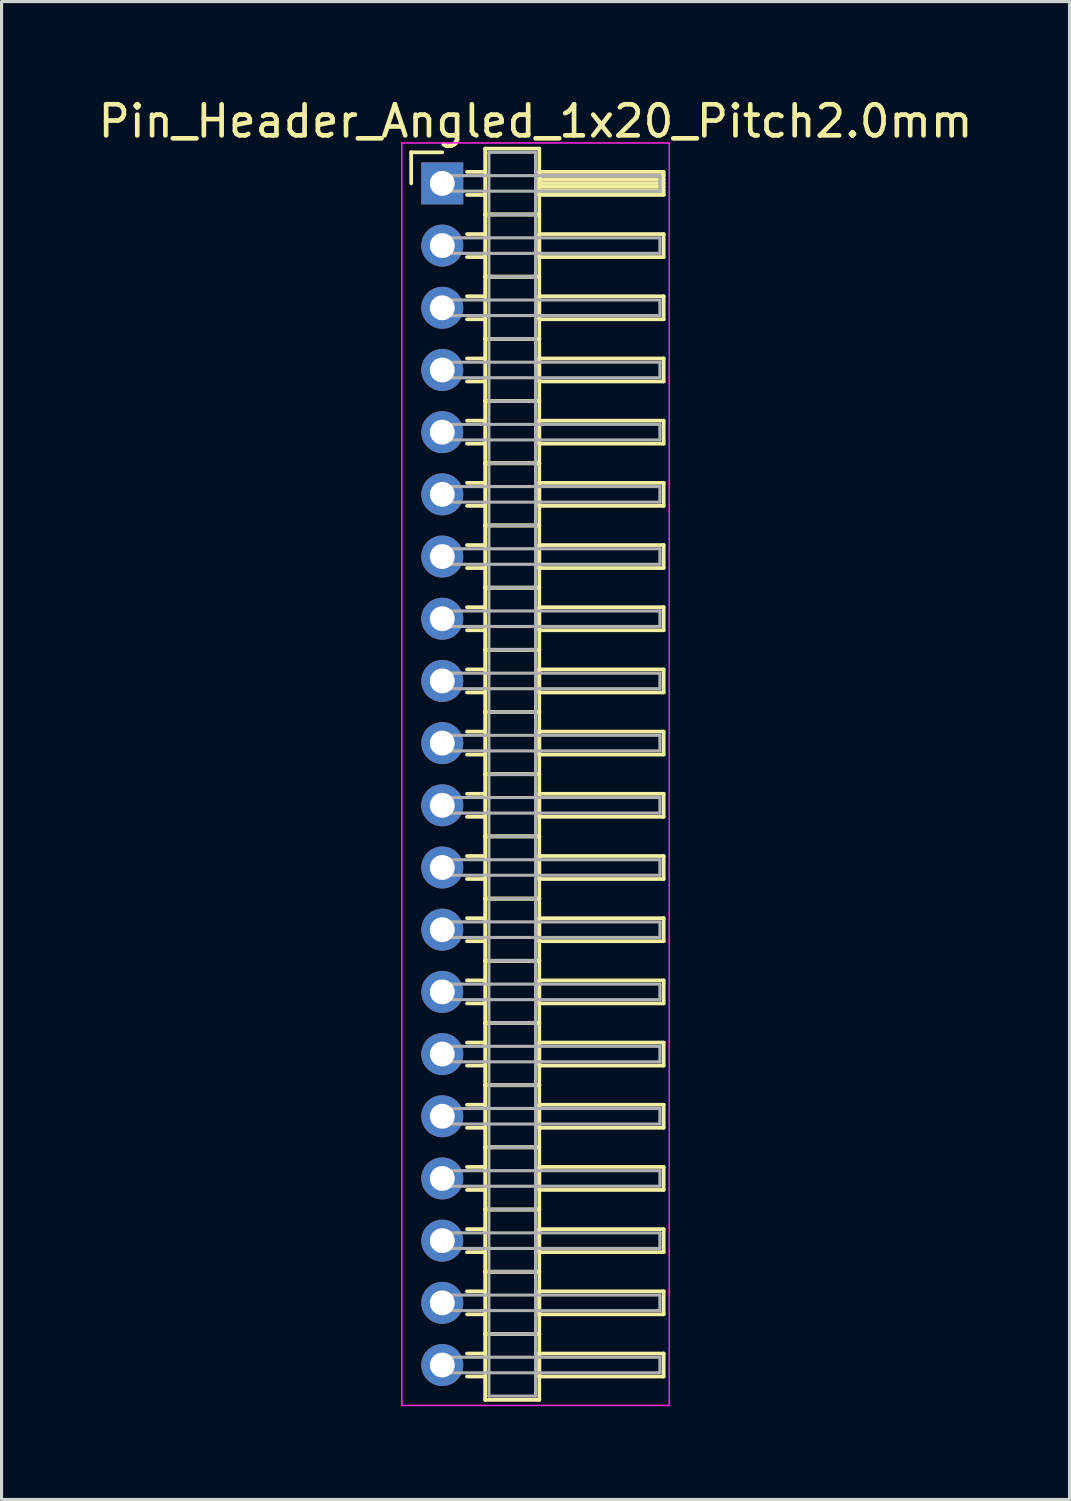
<source format=kicad_pcb>
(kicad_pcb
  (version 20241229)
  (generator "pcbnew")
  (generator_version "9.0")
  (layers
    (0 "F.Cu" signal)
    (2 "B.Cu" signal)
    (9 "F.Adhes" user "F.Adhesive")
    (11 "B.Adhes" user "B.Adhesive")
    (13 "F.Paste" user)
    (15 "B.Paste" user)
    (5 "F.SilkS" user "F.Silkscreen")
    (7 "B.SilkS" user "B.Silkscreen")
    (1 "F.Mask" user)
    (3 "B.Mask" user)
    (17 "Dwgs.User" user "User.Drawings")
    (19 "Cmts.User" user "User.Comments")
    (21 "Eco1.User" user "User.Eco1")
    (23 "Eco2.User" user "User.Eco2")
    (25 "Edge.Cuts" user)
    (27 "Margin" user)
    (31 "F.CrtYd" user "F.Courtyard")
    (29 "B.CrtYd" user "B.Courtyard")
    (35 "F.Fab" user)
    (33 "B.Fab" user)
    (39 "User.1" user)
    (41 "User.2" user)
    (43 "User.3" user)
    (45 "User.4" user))
  (footprint "Pin_Header_Angled_1x20_Pitch2.0mm"
    (layer "F.Cu")
    (at 11.173 2.848)
    (property "Reference" "Pin_Header_Angled_1x20_Pitch2.0mm" (at 3 -2 0) (layer "F.SilkS") (effects (font (size 1 1) (thickness 0.15))))
    (attr through_hole)
    (fp_line (start -1 -1) (end 0 -1) (stroke (width 0.12) (type solid)) (layer "F.SilkS"))
    (fp_line (start -1 0) (end -1 -1) (stroke (width 0.12) (type solid)) (layer "F.SilkS"))
    (fp_line (start 0.795 -0.37) (end 1.38 -0.37) (stroke (width 0.12) (type solid)) (layer "F.SilkS"))
    (fp_line (start 0.795 0.37) (end 1.38 0.37) (stroke (width 0.12) (type solid)) (layer "F.SilkS"))
    (fp_line (start 0.795 1.63) (end 1.38 1.63) (stroke (width 0.12) (type solid)) (layer "F.SilkS"))
    (fp_line (start 0.795 2.37) (end 1.38 2.37) (stroke (width 0.12) (type solid)) (layer "F.SilkS"))
    (fp_line (start 0.795 3.63) (end 1.38 3.63) (stroke (width 0.12) (type solid)) (layer "F.SilkS"))
    (fp_line (start 0.795 4.37) (end 1.38 4.37) (stroke (width 0.12) (type solid)) (layer "F.SilkS"))
    (fp_line (start 0.795 5.63) (end 1.38 5.63) (stroke (width 0.12) (type solid)) (layer "F.SilkS"))
    (fp_line (start 0.795 6.37) (end 1.38 6.37) (stroke (width 0.12) (type solid)) (layer "F.SilkS"))
    (fp_line (start 0.795 7.63) (end 1.38 7.63) (stroke (width 0.12) (type solid)) (layer "F.SilkS"))
    (fp_line (start 0.795 8.37) (end 1.38 8.37) (stroke (width 0.12) (type solid)) (layer "F.SilkS"))
    (fp_line (start 0.795 9.63) (end 1.38 9.63) (stroke (width 0.12) (type solid)) (layer "F.SilkS"))
    (fp_line (start 0.795 10.37) (end 1.38 10.37) (stroke (width 0.12) (type solid)) (layer "F.SilkS"))
    (fp_line (start 0.795 11.63) (end 1.38 11.63) (stroke (width 0.12) (type solid)) (layer "F.SilkS"))
    (fp_line (start 0.795 12.37) (end 1.38 12.37) (stroke (width 0.12) (type solid)) (layer "F.SilkS"))
    (fp_line (start 0.795 13.63) (end 1.38 13.63) (stroke (width 0.12) (type solid)) (layer "F.SilkS"))
    (fp_line (start 0.795 14.37) (end 1.38 14.37) (stroke (width 0.12) (type solid)) (layer "F.SilkS"))
    (fp_line (start 0.795 15.63) (end 1.38 15.63) (stroke (width 0.12) (type solid)) (layer "F.SilkS"))
    (fp_line (start 0.795 16.37) (end 1.38 16.37) (stroke (width 0.12) (type solid)) (layer "F.SilkS"))
    (fp_line (start 0.795 17.63) (end 1.38 17.63) (stroke (width 0.12) (type solid)) (layer "F.SilkS"))
    (fp_line (start 0.795 18.37) (end 1.38 18.37) (stroke (width 0.12) (type solid)) (layer "F.SilkS"))
    (fp_line (start 0.795 19.63) (end 1.38 19.63) (stroke (width 0.12) (type solid)) (layer "F.SilkS"))
    (fp_line (start 0.795 20.37) (end 1.38 20.37) (stroke (width 0.12) (type solid)) (layer "F.SilkS"))
    (fp_line (start 0.795 21.63) (end 1.38 21.63) (stroke (width 0.12) (type solid)) (layer "F.SilkS"))
    (fp_line (start 0.795 22.37) (end 1.38 22.37) (stroke (width 0.12) (type solid)) (layer "F.SilkS"))
    (fp_line (start 0.795 23.63) (end 1.38 23.63) (stroke (width 0.12) (type solid)) (layer "F.SilkS"))
    (fp_line (start 0.795 24.37) (end 1.38 24.37) (stroke (width 0.12) (type solid)) (layer "F.SilkS"))
    (fp_line (start 0.795 25.63) (end 1.38 25.63) (stroke (width 0.12) (type solid)) (layer "F.SilkS"))
    (fp_line (start 0.795 26.37) (end 1.38 26.37) (stroke (width 0.12) (type solid)) (layer "F.SilkS"))
    (fp_line (start 0.795 27.63) (end 1.38 27.63) (stroke (width 0.12) (type solid)) (layer "F.SilkS"))
    (fp_line (start 0.795 28.37) (end 1.38 28.37) (stroke (width 0.12) (type solid)) (layer "F.SilkS"))
    (fp_line (start 0.795 29.63) (end 1.38 29.63) (stroke (width 0.12) (type solid)) (layer "F.SilkS"))
    (fp_line (start 0.795 30.37) (end 1.38 30.37) (stroke (width 0.12) (type solid)) (layer "F.SilkS"))
    (fp_line (start 0.795 31.63) (end 1.38 31.63) (stroke (width 0.12) (type solid)) (layer "F.SilkS"))
    (fp_line (start 0.795 32.37) (end 1.38 32.37) (stroke (width 0.12) (type solid)) (layer "F.SilkS"))
    (fp_line (start 0.795 33.63) (end 1.38 33.63) (stroke (width 0.12) (type solid)) (layer "F.SilkS"))
    (fp_line (start 0.795 34.37) (end 1.38 34.37) (stroke (width 0.12) (type solid)) (layer "F.SilkS"))
    (fp_line (start 0.795 35.63) (end 1.38 35.63) (stroke (width 0.12) (type solid)) (layer "F.SilkS"))
    (fp_line (start 0.795 36.37) (end 1.38 36.37) (stroke (width 0.12) (type solid)) (layer "F.SilkS"))
    (fp_line (start 0.795 37.63) (end 1.38 37.63) (stroke (width 0.12) (type solid)) (layer "F.SilkS"))
    (fp_line (start 0.795 38.37) (end 1.38 38.37) (stroke (width 0.12) (type solid)) (layer "F.SilkS"))
    (fp_line (start 1.38 -1.12) (end 1.38 1) (stroke (width 0.12) (type solid)) (layer "F.SilkS"))
    (fp_line (start 1.38 1) (end 1.38 3) (stroke (width 0.12) (type solid)) (layer "F.SilkS"))
    (fp_line (start 1.38 1) (end 3.12 1) (stroke (width 0.12) (type solid)) (layer "F.SilkS"))
    (fp_line (start 1.38 3) (end 1.38 5) (stroke (width 0.12) (type solid)) (layer "F.SilkS"))
    (fp_line (start 1.38 3) (end 3.12 3) (stroke (width 0.12) (type solid)) (layer "F.SilkS"))
    (fp_line (start 1.38 5) (end 1.38 7) (stroke (width 0.12) (type solid)) (layer "F.SilkS"))
    (fp_line (start 1.38 5) (end 3.12 5) (stroke (width 0.12) (type solid)) (layer "F.SilkS"))
    (fp_line (start 1.38 7) (end 1.38 9) (stroke (width 0.12) (type solid)) (layer "F.SilkS"))
    (fp_line (start 1.38 7) (end 3.12 7) (stroke (width 0.12) (type solid)) (layer "F.SilkS"))
    (fp_line (start 1.38 9) (end 1.38 11) (stroke (width 0.12) (type solid)) (layer "F.SilkS"))
    (fp_line (start 1.38 9) (end 3.12 9) (stroke (width 0.12) (type solid)) (layer "F.SilkS"))
    (fp_line (start 1.38 11) (end 1.38 13) (stroke (width 0.12) (type solid)) (layer "F.SilkS"))
    (fp_line (start 1.38 11) (end 3.12 11) (stroke (width 0.12) (type solid)) (layer "F.SilkS"))
    (fp_line (start 1.38 13) (end 1.38 15) (stroke (width 0.12) (type solid)) (layer "F.SilkS"))
    (fp_line (start 1.38 13) (end 3.12 13) (stroke (width 0.12) (type solid)) (layer "F.SilkS"))
    (fp_line (start 1.38 15) (end 1.38 17) (stroke (width 0.12) (type solid)) (layer "F.SilkS"))
    (fp_line (start 1.38 15) (end 3.12 15) (stroke (width 0.12) (type solid)) (layer "F.SilkS"))
    (fp_line (start 1.38 17) (end 1.38 19) (stroke (width 0.12) (type solid)) (layer "F.SilkS"))
    (fp_line (start 1.38 17) (end 3.12 17) (stroke (width 0.12) (type solid)) (layer "F.SilkS"))
    (fp_line (start 1.38 19) (end 1.38 21) (stroke (width 0.12) (type solid)) (layer "F.SilkS"))
    (fp_line (start 1.38 19) (end 3.12 19) (stroke (width 0.12) (type solid)) (layer "F.SilkS"))
    (fp_line (start 1.38 21) (end 1.38 23) (stroke (width 0.12) (type solid)) (layer "F.SilkS"))
    (fp_line (start 1.38 21) (end 3.12 21) (stroke (width 0.12) (type solid)) (layer "F.SilkS"))
    (fp_line (start 1.38 23) (end 1.38 25) (stroke (width 0.12) (type solid)) (layer "F.SilkS"))
    (fp_line (start 1.38 23) (end 3.12 23) (stroke (width 0.12) (type solid)) (layer "F.SilkS"))
    (fp_line (start 1.38 25) (end 1.38 27) (stroke (width 0.12) (type solid)) (layer "F.SilkS"))
    (fp_line (start 1.38 25) (end 3.12 25) (stroke (width 0.12) (type solid)) (layer "F.SilkS"))
    (fp_line (start 1.38 27) (end 1.38 29) (stroke (width 0.12) (type solid)) (layer "F.SilkS"))
    (fp_line (start 1.38 27) (end 3.12 27) (stroke (width 0.12) (type solid)) (layer "F.SilkS"))
    (fp_line (start 1.38 29) (end 1.38 31) (stroke (width 0.12) (type solid)) (layer "F.SilkS"))
    (fp_line (start 1.38 29) (end 3.12 29) (stroke (width 0.12) (type solid)) (layer "F.SilkS"))
    (fp_line (start 1.38 31) (end 1.38 33) (stroke (width 0.12) (type solid)) (layer "F.SilkS"))
    (fp_line (start 1.38 31) (end 3.12 31) (stroke (width 0.12) (type solid)) (layer "F.SilkS"))
    (fp_line (start 1.38 33) (end 1.38 35) (stroke (width 0.12) (type solid)) (layer "F.SilkS"))
    (fp_line (start 1.38 33) (end 3.12 33) (stroke (width 0.12) (type solid)) (layer "F.SilkS"))
    (fp_line (start 1.38 35) (end 1.38 37) (stroke (width 0.12) (type solid)) (layer "F.SilkS"))
    (fp_line (start 1.38 35) (end 3.12 35) (stroke (width 0.12) (type solid)) (layer "F.SilkS"))
    (fp_line (start 1.38 37) (end 1.38 39.12) (stroke (width 0.12) (type solid)) (layer "F.SilkS"))
    (fp_line (start 1.38 37) (end 3.12 37) (stroke (width 0.12) (type solid)) (layer "F.SilkS"))
    (fp_line (start 1.38 39.12) (end 3.12 39.12) (stroke (width 0.12) (type solid)) (layer "F.SilkS"))
    (fp_line (start 3.12 -1.12) (end 1.38 -1.12) (stroke (width 0.12) (type solid)) (layer "F.SilkS"))
    (fp_line (start 3.12 -0.37) (end 3.12 0.37) (stroke (width 0.12) (type solid)) (layer "F.SilkS"))
    (fp_line (start 3.12 -0.25) (end 7.12 -0.25) (stroke (width 0.12) (type solid)) (layer "F.SilkS"))
    (fp_line (start 3.12 -0.13) (end 7.12 -0.13) (stroke (width 0.12) (type solid)) (layer "F.SilkS"))
    (fp_line (start 3.12 -0.01) (end 7.12 -0.01) (stroke (width 0.12) (type solid)) (layer "F.SilkS"))
    (fp_line (start 3.12 0.11) (end 7.12 0.11) (stroke (width 0.12) (type solid)) (layer "F.SilkS"))
    (fp_line (start 3.12 0.23) (end 7.12 0.23) (stroke (width 0.12) (type solid)) (layer "F.SilkS"))
    (fp_line (start 3.12 0.35) (end 7.12 0.35) (stroke (width 0.12) (type solid)) (layer "F.SilkS"))
    (fp_line (start 3.12 0.37) (end 7.12 0.37) (stroke (width 0.12) (type solid)) (layer "F.SilkS"))
    (fp_line (start 3.12 1) (end 1.38 1) (stroke (width 0.12) (type solid)) (layer "F.SilkS"))
    (fp_line (start 3.12 1) (end 3.12 -1.12) (stroke (width 0.12) (type solid)) (layer "F.SilkS"))
    (fp_line (start 3.12 1.63) (end 3.12 2.37) (stroke (width 0.12) (type solid)) (layer "F.SilkS"))
    (fp_line (start 3.12 2.37) (end 7.12 2.37) (stroke (width 0.12) (type solid)) (layer "F.SilkS"))
    (fp_line (start 3.12 3) (end 1.38 3) (stroke (width 0.12) (type solid)) (layer "F.SilkS"))
    (fp_line (start 3.12 3) (end 3.12 1) (stroke (width 0.12) (type solid)) (layer "F.SilkS"))
    (fp_line (start 3.12 3.63) (end 3.12 4.37) (stroke (width 0.12) (type solid)) (layer "F.SilkS"))
    (fp_line (start 3.12 4.37) (end 7.12 4.37) (stroke (width 0.12) (type solid)) (layer "F.SilkS"))
    (fp_line (start 3.12 5) (end 1.38 5) (stroke (width 0.12) (type solid)) (layer "F.SilkS"))
    (fp_line (start 3.12 5) (end 3.12 3) (stroke (width 0.12) (type solid)) (layer "F.SilkS"))
    (fp_line (start 3.12 5.63) (end 3.12 6.37) (stroke (width 0.12) (type solid)) (layer "F.SilkS"))
    (fp_line (start 3.12 6.37) (end 7.12 6.37) (stroke (width 0.12) (type solid)) (layer "F.SilkS"))
    (fp_line (start 3.12 7) (end 1.38 7) (stroke (width 0.12) (type solid)) (layer "F.SilkS"))
    (fp_line (start 3.12 7) (end 3.12 5) (stroke (width 0.12) (type solid)) (layer "F.SilkS"))
    (fp_line (start 3.12 7.63) (end 3.12 8.37) (stroke (width 0.12) (type solid)) (layer "F.SilkS"))
    (fp_line (start 3.12 8.37) (end 7.12 8.37) (stroke (width 0.12) (type solid)) (layer "F.SilkS"))
    (fp_line (start 3.12 9) (end 1.38 9) (stroke (width 0.12) (type solid)) (layer "F.SilkS"))
    (fp_line (start 3.12 9) (end 3.12 7) (stroke (width 0.12) (type solid)) (layer "F.SilkS"))
    (fp_line (start 3.12 9.63) (end 3.12 10.37) (stroke (width 0.12) (type solid)) (layer "F.SilkS"))
    (fp_line (start 3.12 10.37) (end 7.12 10.37) (stroke (width 0.12) (type solid)) (layer "F.SilkS"))
    (fp_line (start 3.12 11) (end 1.38 11) (stroke (width 0.12) (type solid)) (layer "F.SilkS"))
    (fp_line (start 3.12 11) (end 3.12 9) (stroke (width 0.12) (type solid)) (layer "F.SilkS"))
    (fp_line (start 3.12 11.63) (end 3.12 12.37) (stroke (width 0.12) (type solid)) (layer "F.SilkS"))
    (fp_line (start 3.12 12.37) (end 7.12 12.37) (stroke (width 0.12) (type solid)) (layer "F.SilkS"))
    (fp_line (start 3.12 13) (end 1.38 13) (stroke (width 0.12) (type solid)) (layer "F.SilkS"))
    (fp_line (start 3.12 13) (end 3.12 11) (stroke (width 0.12) (type solid)) (layer "F.SilkS"))
    (fp_line (start 3.12 13.63) (end 3.12 14.37) (stroke (width 0.12) (type solid)) (layer "F.SilkS"))
    (fp_line (start 3.12 14.37) (end 7.12 14.37) (stroke (width 0.12) (type solid)) (layer "F.SilkS"))
    (fp_line (start 3.12 15) (end 1.38 15) (stroke (width 0.12) (type solid)) (layer "F.SilkS"))
    (fp_line (start 3.12 15) (end 3.12 13) (stroke (width 0.12) (type solid)) (layer "F.SilkS"))
    (fp_line (start 3.12 15.63) (end 3.12 16.37) (stroke (width 0.12) (type solid)) (layer "F.SilkS"))
    (fp_line (start 3.12 16.37) (end 7.12 16.37) (stroke (width 0.12) (type solid)) (layer "F.SilkS"))
    (fp_line (start 3.12 17) (end 1.38 17) (stroke (width 0.12) (type solid)) (layer "F.SilkS"))
    (fp_line (start 3.12 17) (end 3.12 15) (stroke (width 0.12) (type solid)) (layer "F.SilkS"))
    (fp_line (start 3.12 17.63) (end 3.12 18.37) (stroke (width 0.12) (type solid)) (layer "F.SilkS"))
    (fp_line (start 3.12 18.37) (end 7.12 18.37) (stroke (width 0.12) (type solid)) (layer "F.SilkS"))
    (fp_line (start 3.12 19) (end 1.38 19) (stroke (width 0.12) (type solid)) (layer "F.SilkS"))
    (fp_line (start 3.12 19) (end 3.12 17) (stroke (width 0.12) (type solid)) (layer "F.SilkS"))
    (fp_line (start 3.12 19.63) (end 3.12 20.37) (stroke (width 0.12) (type solid)) (layer "F.SilkS"))
    (fp_line (start 3.12 20.37) (end 7.12 20.37) (stroke (width 0.12) (type solid)) (layer "F.SilkS"))
    (fp_line (start 3.12 21) (end 1.38 21) (stroke (width 0.12) (type solid)) (layer "F.SilkS"))
    (fp_line (start 3.12 21) (end 3.12 19) (stroke (width 0.12) (type solid)) (layer "F.SilkS"))
    (fp_line (start 3.12 21.63) (end 3.12 22.37) (stroke (width 0.12) (type solid)) (layer "F.SilkS"))
    (fp_line (start 3.12 22.37) (end 7.12 22.37) (stroke (width 0.12) (type solid)) (layer "F.SilkS"))
    (fp_line (start 3.12 23) (end 1.38 23) (stroke (width 0.12) (type solid)) (layer "F.SilkS"))
    (fp_line (start 3.12 23) (end 3.12 21) (stroke (width 0.12) (type solid)) (layer "F.SilkS"))
    (fp_line (start 3.12 23.63) (end 3.12 24.37) (stroke (width 0.12) (type solid)) (layer "F.SilkS"))
    (fp_line (start 3.12 24.37) (end 7.12 24.37) (stroke (width 0.12) (type solid)) (layer "F.SilkS"))
    (fp_line (start 3.12 25) (end 1.38 25) (stroke (width 0.12) (type solid)) (layer "F.SilkS"))
    (fp_line (start 3.12 25) (end 3.12 23) (stroke (width 0.12) (type solid)) (layer "F.SilkS"))
    (fp_line (start 3.12 25.63) (end 3.12 26.37) (stroke (width 0.12) (type solid)) (layer "F.SilkS"))
    (fp_line (start 3.12 26.37) (end 7.12 26.37) (stroke (width 0.12) (type solid)) (layer "F.SilkS"))
    (fp_line (start 3.12 27) (end 1.38 27) (stroke (width 0.12) (type solid)) (layer "F.SilkS"))
    (fp_line (start 3.12 27) (end 3.12 25) (stroke (width 0.12) (type solid)) (layer "F.SilkS"))
    (fp_line (start 3.12 27.63) (end 3.12 28.37) (stroke (width 0.12) (type solid)) (layer "F.SilkS"))
    (fp_line (start 3.12 28.37) (end 7.12 28.37) (stroke (width 0.12) (type solid)) (layer "F.SilkS"))
    (fp_line (start 3.12 29) (end 1.38 29) (stroke (width 0.12) (type solid)) (layer "F.SilkS"))
    (fp_line (start 3.12 29) (end 3.12 27) (stroke (width 0.12) (type solid)) (layer "F.SilkS"))
    (fp_line (start 3.12 29.63) (end 3.12 30.37) (stroke (width 0.12) (type solid)) (layer "F.SilkS"))
    (fp_line (start 3.12 30.37) (end 7.12 30.37) (stroke (width 0.12) (type solid)) (layer "F.SilkS"))
    (fp_line (start 3.12 31) (end 1.38 31) (stroke (width 0.12) (type solid)) (layer "F.SilkS"))
    (fp_line (start 3.12 31) (end 3.12 29) (stroke (width 0.12) (type solid)) (layer "F.SilkS"))
    (fp_line (start 3.12 31.63) (end 3.12 32.37) (stroke (width 0.12) (type solid)) (layer "F.SilkS"))
    (fp_line (start 3.12 32.37) (end 7.12 32.37) (stroke (width 0.12) (type solid)) (layer "F.SilkS"))
    (fp_line (start 3.12 33) (end 1.38 33) (stroke (width 0.12) (type solid)) (layer "F.SilkS"))
    (fp_line (start 3.12 33) (end 3.12 31) (stroke (width 0.12) (type solid)) (layer "F.SilkS"))
    (fp_line (start 3.12 33.63) (end 3.12 34.37) (stroke (width 0.12) (type solid)) (layer "F.SilkS"))
    (fp_line (start 3.12 34.37) (end 7.12 34.37) (stroke (width 0.12) (type solid)) (layer "F.SilkS"))
    (fp_line (start 3.12 35) (end 1.38 35) (stroke (width 0.12) (type solid)) (layer "F.SilkS"))
    (fp_line (start 3.12 35) (end 3.12 33) (stroke (width 0.12) (type solid)) (layer "F.SilkS"))
    (fp_line (start 3.12 35.63) (end 3.12 36.37) (stroke (width 0.12) (type solid)) (layer "F.SilkS"))
    (fp_line (start 3.12 36.37) (end 7.12 36.37) (stroke (width 0.12) (type solid)) (layer "F.SilkS"))
    (fp_line (start 3.12 37) (end 1.38 37) (stroke (width 0.12) (type solid)) (layer "F.SilkS"))
    (fp_line (start 3.12 37) (end 3.12 35) (stroke (width 0.12) (type solid)) (layer "F.SilkS"))
    (fp_line (start 3.12 37.63) (end 3.12 38.37) (stroke (width 0.12) (type solid)) (layer "F.SilkS"))
    (fp_line (start 3.12 38.37) (end 7.12 38.37) (stroke (width 0.12) (type solid)) (layer "F.SilkS"))
    (fp_line (start 3.12 39.12) (end 3.12 37) (stroke (width 0.12) (type solid)) (layer "F.SilkS"))
    (fp_line (start 7.12 -0.37) (end 3.12 -0.37) (stroke (width 0.12) (type solid)) (layer "F.SilkS"))
    (fp_line (start 7.12 0.37) (end 7.12 -0.37) (stroke (width 0.12) (type solid)) (layer "F.SilkS"))
    (fp_line (start 7.12 1.63) (end 3.12 1.63) (stroke (width 0.12) (type solid)) (layer "F.SilkS"))
    (fp_line (start 7.12 2.37) (end 7.12 1.63) (stroke (width 0.12) (type solid)) (layer "F.SilkS"))
    (fp_line (start 7.12 3.63) (end 3.12 3.63) (stroke (width 0.12) (type solid)) (layer "F.SilkS"))
    (fp_line (start 7.12 4.37) (end 7.12 3.63) (stroke (width 0.12) (type solid)) (layer "F.SilkS"))
    (fp_line (start 7.12 5.63) (end 3.12 5.63) (stroke (width 0.12) (type solid)) (layer "F.SilkS"))
    (fp_line (start 7.12 6.37) (end 7.12 5.63) (stroke (width 0.12) (type solid)) (layer "F.SilkS"))
    (fp_line (start 7.12 7.63) (end 3.12 7.63) (stroke (width 0.12) (type solid)) (layer "F.SilkS"))
    (fp_line (start 7.12 8.37) (end 7.12 7.63) (stroke (width 0.12) (type solid)) (layer "F.SilkS"))
    (fp_line (start 7.12 9.63) (end 3.12 9.63) (stroke (width 0.12) (type solid)) (layer "F.SilkS"))
    (fp_line (start 7.12 10.37) (end 7.12 9.63) (stroke (width 0.12) (type solid)) (layer "F.SilkS"))
    (fp_line (start 7.12 11.63) (end 3.12 11.63) (stroke (width 0.12) (type solid)) (layer "F.SilkS"))
    (fp_line (start 7.12 12.37) (end 7.12 11.63) (stroke (width 0.12) (type solid)) (layer "F.SilkS"))
    (fp_line (start 7.12 13.63) (end 3.12 13.63) (stroke (width 0.12) (type solid)) (layer "F.SilkS"))
    (fp_line (start 7.12 14.37) (end 7.12 13.63) (stroke (width 0.12) (type solid)) (layer "F.SilkS"))
    (fp_line (start 7.12 15.63) (end 3.12 15.63) (stroke (width 0.12) (type solid)) (layer "F.SilkS"))
    (fp_line (start 7.12 16.37) (end 7.12 15.63) (stroke (width 0.12) (type solid)) (layer "F.SilkS"))
    (fp_line (start 7.12 17.63) (end 3.12 17.63) (stroke (width 0.12) (type solid)) (layer "F.SilkS"))
    (fp_line (start 7.12 18.37) (end 7.12 17.63) (stroke (width 0.12) (type solid)) (layer "F.SilkS"))
    (fp_line (start 7.12 19.63) (end 3.12 19.63) (stroke (width 0.12) (type solid)) (layer "F.SilkS"))
    (fp_line (start 7.12 20.37) (end 7.12 19.63) (stroke (width 0.12) (type solid)) (layer "F.SilkS"))
    (fp_line (start 7.12 21.63) (end 3.12 21.63) (stroke (width 0.12) (type solid)) (layer "F.SilkS"))
    (fp_line (start 7.12 22.37) (end 7.12 21.63) (stroke (width 0.12) (type solid)) (layer "F.SilkS"))
    (fp_line (start 7.12 23.63) (end 3.12 23.63) (stroke (width 0.12) (type solid)) (layer "F.SilkS"))
    (fp_line (start 7.12 24.37) (end 7.12 23.63) (stroke (width 0.12) (type solid)) (layer "F.SilkS"))
    (fp_line (start 7.12 25.63) (end 3.12 25.63) (stroke (width 0.12) (type solid)) (layer "F.SilkS"))
    (fp_line (start 7.12 26.37) (end 7.12 25.63) (stroke (width 0.12) (type solid)) (layer "F.SilkS"))
    (fp_line (start 7.12 27.63) (end 3.12 27.63) (stroke (width 0.12) (type solid)) (layer "F.SilkS"))
    (fp_line (start 7.12 28.37) (end 7.12 27.63) (stroke (width 0.12) (type solid)) (layer "F.SilkS"))
    (fp_line (start 7.12 29.63) (end 3.12 29.63) (stroke (width 0.12) (type solid)) (layer "F.SilkS"))
    (fp_line (start 7.12 30.37) (end 7.12 29.63) (stroke (width 0.12) (type solid)) (layer "F.SilkS"))
    (fp_line (start 7.12 31.63) (end 3.12 31.63) (stroke (width 0.12) (type solid)) (layer "F.SilkS"))
    (fp_line (start 7.12 32.37) (end 7.12 31.63) (stroke (width 0.12) (type solid)) (layer "F.SilkS"))
    (fp_line (start 7.12 33.63) (end 3.12 33.63) (stroke (width 0.12) (type solid)) (layer "F.SilkS"))
    (fp_line (start 7.12 34.37) (end 7.12 33.63) (stroke (width 0.12) (type solid)) (layer "F.SilkS"))
    (fp_line (start 7.12 35.63) (end 3.12 35.63) (stroke (width 0.12) (type solid)) (layer "F.SilkS"))
    (fp_line (start 7.12 36.37) (end 7.12 35.63) (stroke (width 0.12) (type solid)) (layer "F.SilkS"))
    (fp_line (start 7.12 37.63) (end 3.12 37.63) (stroke (width 0.12) (type solid)) (layer "F.SilkS"))
    (fp_line (start 7.12 38.37) (end 7.12 37.63) (stroke (width 0.12) (type solid)) (layer "F.SilkS"))
    (fp_line (start -1.3 -1.3) (end -1.3 39.3) (stroke (width 0.05) (type solid)) (layer "F.CrtYd"))
    (fp_line (start -1.3 39.3) (end 7.3 39.3) (stroke (width 0.05) (type solid)) (layer "F.CrtYd"))
    (fp_line (start 7.3 -1.3) (end -1.3 -1.3) (stroke (width 0.05) (type solid)) (layer "F.CrtYd"))
    (fp_line (start 7.3 39.3) (end 7.3 -1.3) (stroke (width 0.05) (type solid)) (layer "F.CrtYd"))
    (fp_line (start 0 -0.25) (end 0 0.25) (stroke (width 0.1) (type solid)) (layer "F.Fab"))
    (fp_line (start 0 0.25) (end 7 0.25) (stroke (width 0.1) (type solid)) (layer "F.Fab"))
    (fp_line (start 0 1.75) (end 0 2.25) (stroke (width 0.1) (type solid)) (layer "F.Fab"))
    (fp_line (start 0 2.25) (end 7 2.25) (stroke (width 0.1) (type solid)) (layer "F.Fab"))
    (fp_line (start 0 3.75) (end 0 4.25) (stroke (width 0.1) (type solid)) (layer "F.Fab"))
    (fp_line (start 0 4.25) (end 7 4.25) (stroke (width 0.1) (type solid)) (layer "F.Fab"))
    (fp_line (start 0 5.75) (end 0 6.25) (stroke (width 0.1) (type solid)) (layer "F.Fab"))
    (fp_line (start 0 6.25) (end 7 6.25) (stroke (width 0.1) (type solid)) (layer "F.Fab"))
    (fp_line (start 0 7.75) (end 0 8.25) (stroke (width 0.1) (type solid)) (layer "F.Fab"))
    (fp_line (start 0 8.25) (end 7 8.25) (stroke (width 0.1) (type solid)) (layer "F.Fab"))
    (fp_line (start 0 9.75) (end 0 10.25) (stroke (width 0.1) (type solid)) (layer "F.Fab"))
    (fp_line (start 0 10.25) (end 7 10.25) (stroke (width 0.1) (type solid)) (layer "F.Fab"))
    (fp_line (start 0 11.75) (end 0 12.25) (stroke (width 0.1) (type solid)) (layer "F.Fab"))
    (fp_line (start 0 12.25) (end 7 12.25) (stroke (width 0.1) (type solid)) (layer "F.Fab"))
    (fp_line (start 0 13.75) (end 0 14.25) (stroke (width 0.1) (type solid)) (layer "F.Fab"))
    (fp_line (start 0 14.25) (end 7 14.25) (stroke (width 0.1) (type solid)) (layer "F.Fab"))
    (fp_line (start 0 15.75) (end 0 16.25) (stroke (width 0.1) (type solid)) (layer "F.Fab"))
    (fp_line (start 0 16.25) (end 7 16.25) (stroke (width 0.1) (type solid)) (layer "F.Fab"))
    (fp_line (start 0 17.75) (end 0 18.25) (stroke (width 0.1) (type solid)) (layer "F.Fab"))
    (fp_line (start 0 18.25) (end 7 18.25) (stroke (width 0.1) (type solid)) (layer "F.Fab"))
    (fp_line (start 0 19.75) (end 0 20.25) (stroke (width 0.1) (type solid)) (layer "F.Fab"))
    (fp_line (start 0 20.25) (end 7 20.25) (stroke (width 0.1) (type solid)) (layer "F.Fab"))
    (fp_line (start 0 21.75) (end 0 22.25) (stroke (width 0.1) (type solid)) (layer "F.Fab"))
    (fp_line (start 0 22.25) (end 7 22.25) (stroke (width 0.1) (type solid)) (layer "F.Fab"))
    (fp_line (start 0 23.75) (end 0 24.25) (stroke (width 0.1) (type solid)) (layer "F.Fab"))
    (fp_line (start 0 24.25) (end 7 24.25) (stroke (width 0.1) (type solid)) (layer "F.Fab"))
    (fp_line (start 0 25.75) (end 0 26.25) (stroke (width 0.1) (type solid)) (layer "F.Fab"))
    (fp_line (start 0 26.25) (end 7 26.25) (stroke (width 0.1) (type solid)) (layer "F.Fab"))
    (fp_line (start 0 27.75) (end 0 28.25) (stroke (width 0.1) (type solid)) (layer "F.Fab"))
    (fp_line (start 0 28.25) (end 7 28.25) (stroke (width 0.1) (type solid)) (layer "F.Fab"))
    (fp_line (start 0 29.75) (end 0 30.25) (stroke (width 0.1) (type solid)) (layer "F.Fab"))
    (fp_line (start 0 30.25) (end 7 30.25) (stroke (width 0.1) (type solid)) (layer "F.Fab"))
    (fp_line (start 0 31.75) (end 0 32.25) (stroke (width 0.1) (type solid)) (layer "F.Fab"))
    (fp_line (start 0 32.25) (end 7 32.25) (stroke (width 0.1) (type solid)) (layer "F.Fab"))
    (fp_line (start 0 33.75) (end 0 34.25) (stroke (width 0.1) (type solid)) (layer "F.Fab"))
    (fp_line (start 0 34.25) (end 7 34.25) (stroke (width 0.1) (type solid)) (layer "F.Fab"))
    (fp_line (start 0 35.75) (end 0 36.25) (stroke (width 0.1) (type solid)) (layer "F.Fab"))
    (fp_line (start 0 36.25) (end 7 36.25) (stroke (width 0.1) (type solid)) (layer "F.Fab"))
    (fp_line (start 0 37.75) (end 0 38.25) (stroke (width 0.1) (type solid)) (layer "F.Fab"))
    (fp_line (start 0 38.25) (end 7 38.25) (stroke (width 0.1) (type solid)) (layer "F.Fab"))
    (fp_line (start 1.5 -1) (end 1.5 1) (stroke (width 0.1) (type solid)) (layer "F.Fab"))
    (fp_line (start 1.5 1) (end 1.5 3) (stroke (width 0.1) (type solid)) (layer "F.Fab"))
    (fp_line (start 1.5 1) (end 3 1) (stroke (width 0.1) (type solid)) (layer "F.Fab"))
    (fp_line (start 1.5 3) (end 1.5 5) (stroke (width 0.1) (type solid)) (layer "F.Fab"))
    (fp_line (start 1.5 3) (end 3 3) (stroke (width 0.1) (type solid)) (layer "F.Fab"))
    (fp_line (start 1.5 5) (end 1.5 7) (stroke (width 0.1) (type solid)) (layer "F.Fab"))
    (fp_line (start 1.5 5) (end 3 5) (stroke (width 0.1) (type solid)) (layer "F.Fab"))
    (fp_line (start 1.5 7) (end 1.5 9) (stroke (width 0.1) (type solid)) (layer "F.Fab"))
    (fp_line (start 1.5 7) (end 3 7) (stroke (width 0.1) (type solid)) (layer "F.Fab"))
    (fp_line (start 1.5 9) (end 1.5 11) (stroke (width 0.1) (type solid)) (layer "F.Fab"))
    (fp_line (start 1.5 9) (end 3 9) (stroke (width 0.1) (type solid)) (layer "F.Fab"))
    (fp_line (start 1.5 11) (end 1.5 13) (stroke (width 0.1) (type solid)) (layer "F.Fab"))
    (fp_line (start 1.5 11) (end 3 11) (stroke (width 0.1) (type solid)) (layer "F.Fab"))
    (fp_line (start 1.5 13) (end 1.5 15) (stroke (width 0.1) (type solid)) (layer "F.Fab"))
    (fp_line (start 1.5 13) (end 3 13) (stroke (width 0.1) (type solid)) (layer "F.Fab"))
    (fp_line (start 1.5 15) (end 1.5 17) (stroke (width 0.1) (type solid)) (layer "F.Fab"))
    (fp_line (start 1.5 15) (end 3 15) (stroke (width 0.1) (type solid)) (layer "F.Fab"))
    (fp_line (start 1.5 17) (end 1.5 19) (stroke (width 0.1) (type solid)) (layer "F.Fab"))
    (fp_line (start 1.5 17) (end 3 17) (stroke (width 0.1) (type solid)) (layer "F.Fab"))
    (fp_line (start 1.5 19) (end 1.5 21) (stroke (width 0.1) (type solid)) (layer "F.Fab"))
    (fp_line (start 1.5 19) (end 3 19) (stroke (width 0.1) (type solid)) (layer "F.Fab"))
    (fp_line (start 1.5 21) (end 1.5 23) (stroke (width 0.1) (type solid)) (layer "F.Fab"))
    (fp_line (start 1.5 21) (end 3 21) (stroke (width 0.1) (type solid)) (layer "F.Fab"))
    (fp_line (start 1.5 23) (end 1.5 25) (stroke (width 0.1) (type solid)) (layer "F.Fab"))
    (fp_line (start 1.5 23) (end 3 23) (stroke (width 0.1) (type solid)) (layer "F.Fab"))
    (fp_line (start 1.5 25) (end 1.5 27) (stroke (width 0.1) (type solid)) (layer "F.Fab"))
    (fp_line (start 1.5 25) (end 3 25) (stroke (width 0.1) (type solid)) (layer "F.Fab"))
    (fp_line (start 1.5 27) (end 1.5 29) (stroke (width 0.1) (type solid)) (layer "F.Fab"))
    (fp_line (start 1.5 27) (end 3 27) (stroke (width 0.1) (type solid)) (layer "F.Fab"))
    (fp_line (start 1.5 29) (end 1.5 31) (stroke (width 0.1) (type solid)) (layer "F.Fab"))
    (fp_line (start 1.5 29) (end 3 29) (stroke (width 0.1) (type solid)) (layer "F.Fab"))
    (fp_line (start 1.5 31) (end 1.5 33) (stroke (width 0.1) (type solid)) (layer "F.Fab"))
    (fp_line (start 1.5 31) (end 3 31) (stroke (width 0.1) (type solid)) (layer "F.Fab"))
    (fp_line (start 1.5 33) (end 1.5 35) (stroke (width 0.1) (type solid)) (layer "F.Fab"))
    (fp_line (start 1.5 33) (end 3 33) (stroke (width 0.1) (type solid)) (layer "F.Fab"))
    (fp_line (start 1.5 35) (end 1.5 37) (stroke (width 0.1) (type solid)) (layer "F.Fab"))
    (fp_line (start 1.5 35) (end 3 35) (stroke (width 0.1) (type solid)) (layer "F.Fab"))
    (fp_line (start 1.5 37) (end 1.5 39) (stroke (width 0.1) (type solid)) (layer "F.Fab"))
    (fp_line (start 1.5 37) (end 3 37) (stroke (width 0.1) (type solid)) (layer "F.Fab"))
    (fp_line (start 1.5 39) (end 3 39) (stroke (width 0.1) (type solid)) (layer "F.Fab"))
    (fp_line (start 3 -1) (end 1.5 -1) (stroke (width 0.1) (type solid)) (layer "F.Fab"))
    (fp_line (start 3 1) (end 1.5 1) (stroke (width 0.1) (type solid)) (layer "F.Fab"))
    (fp_line (start 3 1) (end 3 -1) (stroke (width 0.1) (type solid)) (layer "F.Fab"))
    (fp_line (start 3 3) (end 1.5 3) (stroke (width 0.1) (type solid)) (layer "F.Fab"))
    (fp_line (start 3 3) (end 3 1) (stroke (width 0.1) (type solid)) (layer "F.Fab"))
    (fp_line (start 3 5) (end 1.5 5) (stroke (width 0.1) (type solid)) (layer "F.Fab"))
    (fp_line (start 3 5) (end 3 3) (stroke (width 0.1) (type solid)) (layer "F.Fab"))
    (fp_line (start 3 7) (end 1.5 7) (stroke (width 0.1) (type solid)) (layer "F.Fab"))
    (fp_line (start 3 7) (end 3 5) (stroke (width 0.1) (type solid)) (layer "F.Fab"))
    (fp_line (start 3 9) (end 1.5 9) (stroke (width 0.1) (type solid)) (layer "F.Fab"))
    (fp_line (start 3 9) (end 3 7) (stroke (width 0.1) (type solid)) (layer "F.Fab"))
    (fp_line (start 3 11) (end 1.5 11) (stroke (width 0.1) (type solid)) (layer "F.Fab"))
    (fp_line (start 3 11) (end 3 9) (stroke (width 0.1) (type solid)) (layer "F.Fab"))
    (fp_line (start 3 13) (end 1.5 13) (stroke (width 0.1) (type solid)) (layer "F.Fab"))
    (fp_line (start 3 13) (end 3 11) (stroke (width 0.1) (type solid)) (layer "F.Fab"))
    (fp_line (start 3 15) (end 1.5 15) (stroke (width 0.1) (type solid)) (layer "F.Fab"))
    (fp_line (start 3 15) (end 3 13) (stroke (width 0.1) (type solid)) (layer "F.Fab"))
    (fp_line (start 3 17) (end 1.5 17) (stroke (width 0.1) (type solid)) (layer "F.Fab"))
    (fp_line (start 3 17) (end 3 15) (stroke (width 0.1) (type solid)) (layer "F.Fab"))
    (fp_line (start 3 19) (end 1.5 19) (stroke (width 0.1) (type solid)) (layer "F.Fab"))
    (fp_line (start 3 19) (end 3 17) (stroke (width 0.1) (type solid)) (layer "F.Fab"))
    (fp_line (start 3 21) (end 1.5 21) (stroke (width 0.1) (type solid)) (layer "F.Fab"))
    (fp_line (start 3 21) (end 3 19) (stroke (width 0.1) (type solid)) (layer "F.Fab"))
    (fp_line (start 3 23) (end 1.5 23) (stroke (width 0.1) (type solid)) (layer "F.Fab"))
    (fp_line (start 3 23) (end 3 21) (stroke (width 0.1) (type solid)) (layer "F.Fab"))
    (fp_line (start 3 25) (end 1.5 25) (stroke (width 0.1) (type solid)) (layer "F.Fab"))
    (fp_line (start 3 25) (end 3 23) (stroke (width 0.1) (type solid)) (layer "F.Fab"))
    (fp_line (start 3 27) (end 1.5 27) (stroke (width 0.1) (type solid)) (layer "F.Fab"))
    (fp_line (start 3 27) (end 3 25) (stroke (width 0.1) (type solid)) (layer "F.Fab"))
    (fp_line (start 3 29) (end 1.5 29) (stroke (width 0.1) (type solid)) (layer "F.Fab"))
    (fp_line (start 3 29) (end 3 27) (stroke (width 0.1) (type solid)) (layer "F.Fab"))
    (fp_line (start 3 31) (end 1.5 31) (stroke (width 0.1) (type solid)) (layer "F.Fab"))
    (fp_line (start 3 31) (end 3 29) (stroke (width 0.1) (type solid)) (layer "F.Fab"))
    (fp_line (start 3 33) (end 1.5 33) (stroke (width 0.1) (type solid)) (layer "F.Fab"))
    (fp_line (start 3 33) (end 3 31) (stroke (width 0.1) (type solid)) (layer "F.Fab"))
    (fp_line (start 3 35) (end 1.5 35) (stroke (width 0.1) (type solid)) (layer "F.Fab"))
    (fp_line (start 3 35) (end 3 33) (stroke (width 0.1) (type solid)) (layer "F.Fab"))
    (fp_line (start 3 37) (end 1.5 37) (stroke (width 0.1) (type solid)) (layer "F.Fab"))
    (fp_line (start 3 37) (end 3 35) (stroke (width 0.1) (type solid)) (layer "F.Fab"))
    (fp_line (start 3 39) (end 3 37) (stroke (width 0.1) (type solid)) (layer "F.Fab"))
    (fp_line (start 7 -0.25) (end 0 -0.25) (stroke (width 0.1) (type solid)) (layer "F.Fab"))
    (fp_line (start 7 0.25) (end 7 -0.25) (stroke (width 0.1) (type solid)) (layer "F.Fab"))
    (fp_line (start 7 1.75) (end 0 1.75) (stroke (width 0.1) (type solid)) (layer "F.Fab"))
    (fp_line (start 7 2.25) (end 7 1.75) (stroke (width 0.1) (type solid)) (layer "F.Fab"))
    (fp_line (start 7 3.75) (end 0 3.75) (stroke (width 0.1) (type solid)) (layer "F.Fab"))
    (fp_line (start 7 4.25) (end 7 3.75) (stroke (width 0.1) (type solid)) (layer "F.Fab"))
    (fp_line (start 7 5.75) (end 0 5.75) (stroke (width 0.1) (type solid)) (layer "F.Fab"))
    (fp_line (start 7 6.25) (end 7 5.75) (stroke (width 0.1) (type solid)) (layer "F.Fab"))
    (fp_line (start 7 7.75) (end 0 7.75) (stroke (width 0.1) (type solid)) (layer "F.Fab"))
    (fp_line (start 7 8.25) (end 7 7.75) (stroke (width 0.1) (type solid)) (layer "F.Fab"))
    (fp_line (start 7 9.75) (end 0 9.75) (stroke (width 0.1) (type solid)) (layer "F.Fab"))
    (fp_line (start 7 10.25) (end 7 9.75) (stroke (width 0.1) (type solid)) (layer "F.Fab"))
    (fp_line (start 7 11.75) (end 0 11.75) (stroke (width 0.1) (type solid)) (layer "F.Fab"))
    (fp_line (start 7 12.25) (end 7 11.75) (stroke (width 0.1) (type solid)) (layer "F.Fab"))
    (fp_line (start 7 13.75) (end 0 13.75) (stroke (width 0.1) (type solid)) (layer "F.Fab"))
    (fp_line (start 7 14.25) (end 7 13.75) (stroke (width 0.1) (type solid)) (layer "F.Fab"))
    (fp_line (start 7 15.75) (end 0 15.75) (stroke (width 0.1) (type solid)) (layer "F.Fab"))
    (fp_line (start 7 16.25) (end 7 15.75) (stroke (width 0.1) (type solid)) (layer "F.Fab"))
    (fp_line (start 7 17.75) (end 0 17.75) (stroke (width 0.1) (type solid)) (layer "F.Fab"))
    (fp_line (start 7 18.25) (end 7 17.75) (stroke (width 0.1) (type solid)) (layer "F.Fab"))
    (fp_line (start 7 19.75) (end 0 19.75) (stroke (width 0.1) (type solid)) (layer "F.Fab"))
    (fp_line (start 7 20.25) (end 7 19.75) (stroke (width 0.1) (type solid)) (layer "F.Fab"))
    (fp_line (start 7 21.75) (end 0 21.75) (stroke (width 0.1) (type solid)) (layer "F.Fab"))
    (fp_line (start 7 22.25) (end 7 21.75) (stroke (width 0.1) (type solid)) (layer "F.Fab"))
    (fp_line (start 7 23.75) (end 0 23.75) (stroke (width 0.1) (type solid)) (layer "F.Fab"))
    (fp_line (start 7 24.25) (end 7 23.75) (stroke (width 0.1) (type solid)) (layer "F.Fab"))
    (fp_line (start 7 25.75) (end 0 25.75) (stroke (width 0.1) (type solid)) (layer "F.Fab"))
    (fp_line (start 7 26.25) (end 7 25.75) (stroke (width 0.1) (type solid)) (layer "F.Fab"))
    (fp_line (start 7 27.75) (end 0 27.75) (stroke (width 0.1) (type solid)) (layer "F.Fab"))
    (fp_line (start 7 28.25) (end 7 27.75) (stroke (width 0.1) (type solid)) (layer "F.Fab"))
    (fp_line (start 7 29.75) (end 0 29.75) (stroke (width 0.1) (type solid)) (layer "F.Fab"))
    (fp_line (start 7 30.25) (end 7 29.75) (stroke (width 0.1) (type solid)) (layer "F.Fab"))
    (fp_line (start 7 31.75) (end 0 31.75) (stroke (width 0.1) (type solid)) (layer "F.Fab"))
    (fp_line (start 7 32.25) (end 7 31.75) (stroke (width 0.1) (type solid)) (layer "F.Fab"))
    (fp_line (start 7 33.75) (end 0 33.75) (stroke (width 0.1) (type solid)) (layer "F.Fab"))
    (fp_line (start 7 34.25) (end 7 33.75) (stroke (width 0.1) (type solid)) (layer "F.Fab"))
    (fp_line (start 7 35.75) (end 0 35.75) (stroke (width 0.1) (type solid)) (layer "F.Fab"))
    (fp_line (start 7 36.25) (end 7 35.75) (stroke (width 0.1) (type solid)) (layer "F.Fab"))
    (fp_line (start 7 37.75) (end 0 37.75) (stroke (width 0.1) (type solid)) (layer "F.Fab"))
    (fp_line (start 7 38.25) (end 7 37.75) (stroke (width 0.1) (type solid)) (layer "F.Fab"))
    (pad "1" thru_hole rect (at 0 0) (size 1.35 1.35) (drill 0.8) (layers "*.Cu" "*.Mask"))
    (pad "2" thru_hole oval (at 0 2) (size 1.35 1.35) (drill 0.8) (layers "*.Cu" "*.Mask"))
    (pad "3" thru_hole oval (at 0 4) (size 1.35 1.35) (drill 0.8) (layers "*.Cu" "*.Mask"))
    (pad "4" thru_hole oval (at 0 6) (size 1.35 1.35) (drill 0.8) (layers "*.Cu" "*.Mask"))
    (pad "5" thru_hole oval (at 0 8) (size 1.35 1.35) (drill 0.8) (layers "*.Cu" "*.Mask"))
    (pad "6" thru_hole oval (at 0 10) (size 1.35 1.35) (drill 0.8) (layers "*.Cu" "*.Mask"))
    (pad "7" thru_hole oval (at 0 12) (size 1.35 1.35) (drill 0.8) (layers "*.Cu" "*.Mask"))
    (pad "8" thru_hole oval (at 0 14) (size 1.35 1.35) (drill 0.8) (layers "*.Cu" "*.Mask"))
    (pad "9" thru_hole oval (at 0 16) (size 1.35 1.35) (drill 0.8) (layers "*.Cu" "*.Mask"))
    (pad "10" thru_hole oval (at 0 18) (size 1.35 1.35) (drill 0.8) (layers "*.Cu" "*.Mask"))
    (pad "11" thru_hole oval (at 0 20) (size 1.35 1.35) (drill 0.8) (layers "*.Cu" "*.Mask"))
    (pad "12" thru_hole oval (at 0 22) (size 1.35 1.35) (drill 0.8) (layers "*.Cu" "*.Mask"))
    (pad "13" thru_hole oval (at 0 24) (size 1.35 1.35) (drill 0.8) (layers "*.Cu" "*.Mask"))
    (pad "14" thru_hole oval (at 0 26) (size 1.35 1.35) (drill 0.8) (layers "*.Cu" "*.Mask"))
    (pad "15" thru_hole oval (at 0 28) (size 1.35 1.35) (drill 0.8) (layers "*.Cu" "*.Mask"))
    (pad "16" thru_hole oval (at 0 30) (size 1.35 1.35) (drill 0.8) (layers "*.Cu" "*.Mask"))
    (pad "17" thru_hole oval (at 0 32) (size 1.35 1.35) (drill 0.8) (layers "*.Cu" "*.Mask"))
    (pad "18" thru_hole oval (at 0 34) (size 1.35 1.35) (drill 0.8) (layers "*.Cu" "*.Mask"))
    (pad "19" thru_hole oval (at 0 36) (size 1.35 1.35) (drill 0.8) (layers "*.Cu" "*.Mask"))
    (pad "20" thru_hole oval (at 0 38) (size 1.35 1.35) (drill 0.8) (layers "*.Cu" "*.Mask")))
  (gr_rect
    (start -3 -3)
    (end 31.345 45.173)
    (stroke (width 0.1) (type default))
    (fill no)
    (layer "Edge.Cuts")))
</source>
